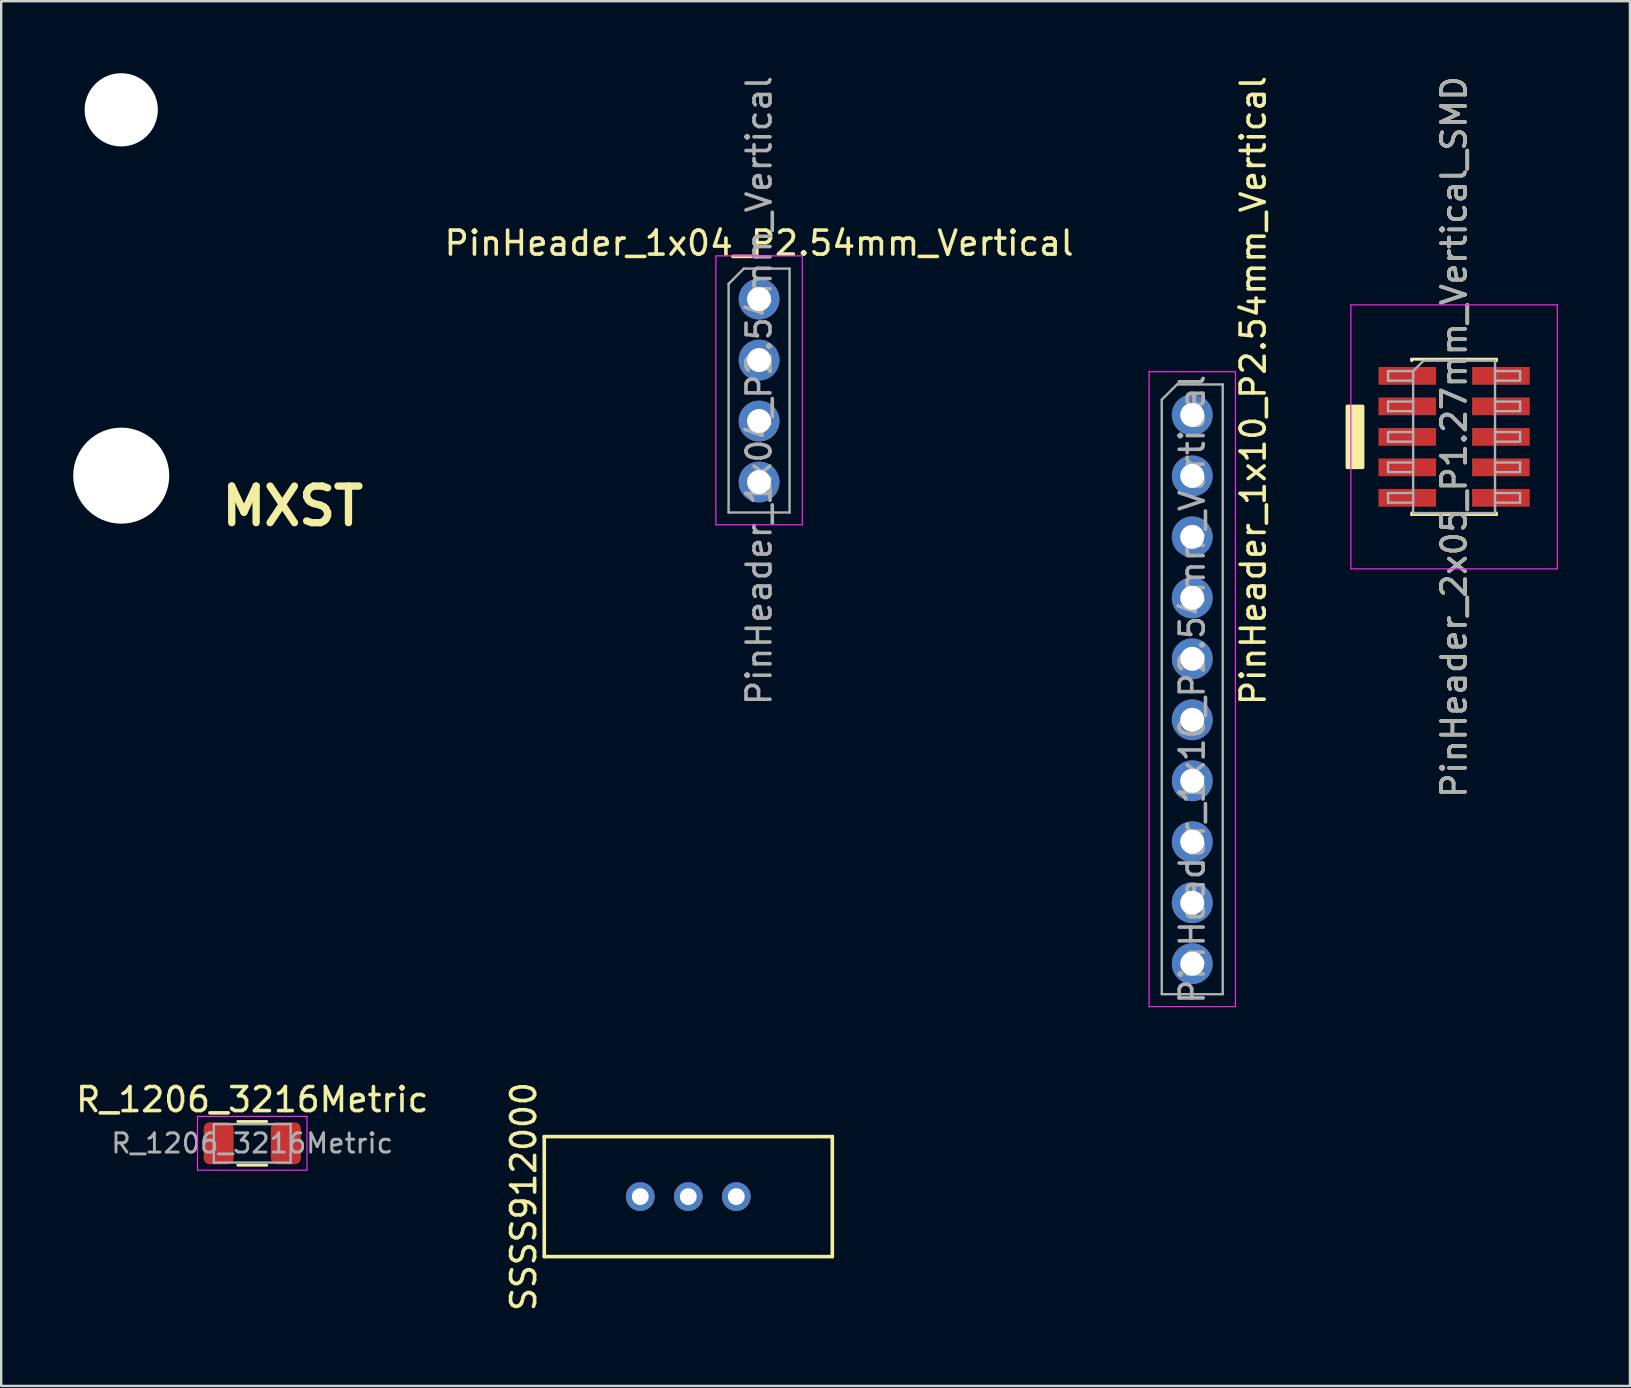
<source format=kicad_pcb>
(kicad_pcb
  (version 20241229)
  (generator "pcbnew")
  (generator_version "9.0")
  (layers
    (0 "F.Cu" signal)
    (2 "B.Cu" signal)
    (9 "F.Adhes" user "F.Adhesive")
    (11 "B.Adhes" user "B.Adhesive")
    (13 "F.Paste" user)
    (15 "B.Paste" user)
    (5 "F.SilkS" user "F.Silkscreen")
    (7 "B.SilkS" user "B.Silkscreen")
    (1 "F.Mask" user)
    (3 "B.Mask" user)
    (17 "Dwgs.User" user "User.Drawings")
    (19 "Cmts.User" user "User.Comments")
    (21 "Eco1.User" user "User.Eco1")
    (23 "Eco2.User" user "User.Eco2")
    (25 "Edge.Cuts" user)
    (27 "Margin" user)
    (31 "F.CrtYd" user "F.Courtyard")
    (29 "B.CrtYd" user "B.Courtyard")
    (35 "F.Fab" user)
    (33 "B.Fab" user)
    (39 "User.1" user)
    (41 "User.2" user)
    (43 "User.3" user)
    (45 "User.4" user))
  (footprint "PinHeader_2x05_P1.27mm_Vertical_SMD"
    (layer "F.Cu")
    (at 57.525 15.149)
    (property "Reference" "PinHeader_2x05_P1.27mm_Vertical_SMD" (at 0 0 90) (layer "F.SilkS") (effects (font (size 1 1) (thickness 0.15))))
    (attr smd)
    (fp_line (start -1.765 -3.235) (end -1.765 -3.17) (stroke (width 0.12) (type solid)) (layer "F.SilkS"))
    (fp_line (start -1.765 -3.235) (end 1.765 -3.235) (stroke (width 0.12) (type solid)) (layer "F.SilkS"))
    (fp_line (start -1.765 3.17) (end -1.765 3.235) (stroke (width 0.12) (type solid)) (layer "F.SilkS"))
    (fp_line (start -1.765 3.235) (end 1.765 3.235) (stroke (width 0.12) (type solid)) (layer "F.SilkS"))
    (fp_line (start 1.765 -3.235) (end 1.765 -3.17) (stroke (width 0.12) (type solid)) (layer "F.SilkS"))
    (fp_line (start 1.765 3.17) (end 1.765 3.235) (stroke (width 0.12) (type solid)) (layer "F.SilkS"))
    (fp_poly (pts (xy -3.81 -1.27) (xy -3.81 1.27) (xy -4.445 1.27) (xy -4.445 -1.27)) (stroke (width 0.15) (type solid)) (fill yes) (layer "F.SilkS"))
    (fp_line (start -4.3 -5.5) (end -4.3 5.5) (stroke (width 0.05) (type solid)) (layer "F.CrtYd"))
    (fp_line (start -4.3 5.5) (end 4.3 5.5) (stroke (width 0.05) (type solid)) (layer "F.CrtYd"))
    (fp_line (start 4.3 -5.5) (end -4.3 -5.5) (stroke (width 0.05) (type solid)) (layer "F.CrtYd"))
    (fp_line (start 4.3 5.5) (end 4.3 -5.5) (stroke (width 0.05) (type solid)) (layer "F.CrtYd"))
    (fp_line (start -2.75 -2.74) (end -2.75 -2.34) (stroke (width 0.1) (type solid)) (layer "F.Fab"))
    (fp_line (start -2.75 -2.34) (end -1.705 -2.34) (stroke (width 0.1) (type solid)) (layer "F.Fab"))
    (fp_line (start -2.75 -1.47) (end -2.75 -1.07) (stroke (width 0.1) (type solid)) (layer "F.Fab"))
    (fp_line (start -2.75 -1.07) (end -1.705 -1.07) (stroke (width 0.1) (type solid)) (layer "F.Fab"))
    (fp_line (start -2.75 -0.2) (end -2.75 0.2) (stroke (width 0.1) (type solid)) (layer "F.Fab"))
    (fp_line (start -2.75 0.2) (end -1.705 0.2) (stroke (width 0.1) (type solid)) (layer "F.Fab"))
    (fp_line (start -2.75 1.07) (end -2.75 1.47) (stroke (width 0.1) (type solid)) (layer "F.Fab"))
    (fp_line (start -2.75 1.47) (end -1.705 1.47) (stroke (width 0.1) (type solid)) (layer "F.Fab"))
    (fp_line (start -2.75 2.34) (end -2.75 2.74) (stroke (width 0.1) (type solid)) (layer "F.Fab"))
    (fp_line (start -2.75 2.74) (end -1.705 2.74) (stroke (width 0.1) (type solid)) (layer "F.Fab"))
    (fp_line (start -1.705 -2.74) (end -2.75 -2.74) (stroke (width 0.1) (type solid)) (layer "F.Fab"))
    (fp_line (start -1.705 -2.74) (end -1.27 -3.175) (stroke (width 0.1) (type solid)) (layer "F.Fab"))
    (fp_line (start -1.705 -1.47) (end -2.75 -1.47) (stroke (width 0.1) (type solid)) (layer "F.Fab"))
    (fp_line (start -1.705 -0.2) (end -2.75 -0.2) (stroke (width 0.1) (type solid)) (layer "F.Fab"))
    (fp_line (start -1.705 1.07) (end -2.75 1.07) (stroke (width 0.1) (type solid)) (layer "F.Fab"))
    (fp_line (start -1.705 2.34) (end -2.75 2.34) (stroke (width 0.1) (type solid)) (layer "F.Fab"))
    (fp_line (start -1.705 3.175) (end -1.705 -2.74) (stroke (width 0.1) (type solid)) (layer "F.Fab"))
    (fp_line (start -1.27 -3.175) (end 1.705 -3.175) (stroke (width 0.1) (type solid)) (layer "F.Fab"))
    (fp_line (start 1.705 -3.175) (end 1.705 3.175) (stroke (width 0.1) (type solid)) (layer "F.Fab"))
    (fp_line (start 1.705 -2.74) (end 2.75 -2.74) (stroke (width 0.1) (type solid)) (layer "F.Fab"))
    (fp_line (start 1.705 -1.47) (end 2.75 -1.47) (stroke (width 0.1) (type solid)) (layer "F.Fab"))
    (fp_line (start 1.705 -0.2) (end 2.75 -0.2) (stroke (width 0.1) (type solid)) (layer "F.Fab"))
    (fp_line (start 1.705 1.07) (end 2.75 1.07) (stroke (width 0.1) (type solid)) (layer "F.Fab"))
    (fp_line (start 1.705 2.34) (end 2.75 2.34) (stroke (width 0.1) (type solid)) (layer "F.Fab"))
    (fp_line (start 1.705 3.175) (end -1.705 3.175) (stroke (width 0.1) (type solid)) (layer "F.Fab"))
    (fp_line (start 2.75 -2.74) (end 2.75 -2.34) (stroke (width 0.1) (type solid)) (layer "F.Fab"))
    (fp_line (start 2.75 -2.34) (end 1.705 -2.34) (stroke (width 0.1) (type solid)) (layer "F.Fab"))
    (fp_line (start 2.75 -1.47) (end 2.75 -1.07) (stroke (width 0.1) (type solid)) (layer "F.Fab"))
    (fp_line (start 2.75 -1.07) (end 1.705 -1.07) (stroke (width 0.1) (type solid)) (layer "F.Fab"))
    (fp_line (start 2.75 -0.2) (end 2.75 0.2) (stroke (width 0.1) (type solid)) (layer "F.Fab"))
    (fp_line (start 2.75 0.2) (end 1.705 0.2) (stroke (width 0.1) (type solid)) (layer "F.Fab"))
    (fp_line (start 2.75 1.07) (end 2.75 1.47) (stroke (width 0.1) (type solid)) (layer "F.Fab"))
    (fp_line (start 2.75 1.47) (end 1.705 1.47) (stroke (width 0.1) (type solid)) (layer "F.Fab"))
    (fp_line (start 2.75 2.34) (end 2.75 2.74) (stroke (width 0.1) (type solid)) (layer "F.Fab"))
    (fp_line (start 2.75 2.74) (end 1.705 2.74) (stroke (width 0.1) (type solid)) (layer "F.Fab"))
    (fp_text user "${REFERENCE}" (at 0 0 90) (layer "F.Fab") (effects (font (size 1 1) (thickness 0.15))))
    (pad "1" smd rect (at -1.95 -2.54) (size 2.4 0.74) (layers "F.Cu" "F.Mask" "F.Paste"))
    (pad "2" smd rect (at 1.95 -2.54) (size 2.4 0.74) (layers "F.Cu" "F.Mask" "F.Paste"))
    (pad "3" smd rect (at -1.95 -1.27) (size 2.4 0.74) (layers "F.Cu" "F.Mask" "F.Paste"))
    (pad "4" smd rect (at 1.95 -1.27) (size 2.4 0.74) (layers "F.Cu" "F.Mask" "F.Paste"))
    (pad "5" smd rect (at -1.95 0) (size 2.4 0.74) (layers "F.Cu" "F.Mask" "F.Paste"))
    (pad "6" smd rect (at 1.95 0) (size 2.4 0.74) (layers "F.Cu" "F.Mask" "F.Paste"))
    (pad "7" smd rect (at -1.95 1.27) (size 2.4 0.74) (layers "F.Cu" "F.Mask" "F.Paste"))
    (pad "8" smd rect (at 1.95 1.27) (size 2.4 0.74) (layers "F.Cu" "F.Mask" "F.Paste"))
    (pad "9" smd rect (at -1.95 2.54) (size 2.4 0.74) (layers "F.Cu" "F.Mask" "F.Paste"))
    (pad "10" smd rect (at 1.95 2.54) (size 2.4 0.74) (layers "F.Cu" "F.Mask" "F.Paste")))
  (footprint "PinHeader_1x10_P2.54mm_Vertical"
    (layer "F.Cu")
    (at 46.617 14.236)
    (property "Reference" "PinHeader_1x10_P2.54mm_Vertical" (at 2.54 -1.016 90) (layer "F.SilkS") (effects (font (size 1 1) (thickness 0.15))))
    (attr through_hole)
    (fp_line (start -1.8 -1.8) (end -1.8 24.65) (stroke (width 0.05) (type solid)) (layer "F.CrtYd"))
    (fp_line (start -1.8 24.65) (end 1.8 24.65) (stroke (width 0.05) (type solid)) (layer "F.CrtYd"))
    (fp_line (start 1.8 -1.8) (end -1.8 -1.8) (stroke (width 0.05) (type solid)) (layer "F.CrtYd"))
    (fp_line (start 1.8 24.65) (end 1.8 -1.8) (stroke (width 0.05) (type solid)) (layer "F.CrtYd"))
    (fp_line (start -1.27 -0.635) (end -0.635 -1.27) (stroke (width 0.1) (type solid)) (layer "F.Fab"))
    (fp_line (start -1.27 24.13) (end -1.27 -0.635) (stroke (width 0.1) (type solid)) (layer "F.Fab"))
    (fp_line (start -0.635 -1.27) (end 1.27 -1.27) (stroke (width 0.1) (type solid)) (layer "F.Fab"))
    (fp_line (start 1.27 -1.27) (end 1.27 24.13) (stroke (width 0.1) (type solid)) (layer "F.Fab"))
    (fp_line (start 1.27 24.13) (end -1.27 24.13) (stroke (width 0.1) (type solid)) (layer "F.Fab"))
    (fp_text user "${REFERENCE}" (at 0 11.43 90) (layer "F.Fab") (effects (font (size 1 1) (thickness 0.15))))
    (pad "1" thru_hole circle (at 0 0) (size 1.7 1.7) (drill 1) (layers "*.Cu" "*.Mask"))
    (pad "2" thru_hole oval (at 0 2.54) (size 1.7 1.7) (drill 1) (layers "*.Cu" "*.Mask"))
    (pad "3" thru_hole oval (at 0 5.08) (size 1.7 1.7) (drill 1) (layers "*.Cu" "*.Mask"))
    (pad "4" thru_hole oval (at 0 7.62) (size 1.7 1.7) (drill 1) (layers "*.Cu" "*.Mask"))
    (pad "5" thru_hole oval (at 0 10.16) (size 1.7 1.7) (drill 1) (layers "*.Cu" "*.Mask"))
    (pad "6" thru_hole oval (at 0 12.7) (size 1.7 1.7) (drill 1) (layers "*.Cu" "*.Mask"))
    (pad "7" thru_hole oval (at 0 15.24) (size 1.7 1.7) (drill 1) (layers "*.Cu" "*.Mask"))
    (pad "8" thru_hole oval (at 0 17.78) (size 1.7 1.7) (drill 1) (layers "*.Cu" "*.Mask"))
    (pad "9" thru_hole oval (at 0 20.32) (size 1.7 1.7) (drill 1) (layers "*.Cu" "*.Mask"))
    (pad "10" thru_hole oval (at 0 22.86) (size 1.7 1.7) (drill 1) (layers "*.Cu" "*.Mask")))
  (footprint "R_1206_3216Metric"
    (layer "F.Cu")
    (at 7.458 44.579)
    (property "Reference" "R_1206_3216Metric" (at 0 -1.82 0) (layer "F.SilkS") (effects (font (size 1 1) (thickness 0.15))))
    (attr smd)
    (fp_line (start -0.602 -0.91) (end 0.602 -0.91) (stroke (width 0.12) (type solid)) (layer "F.SilkS"))
    (fp_line (start -0.602 0.91) (end 0.602 0.91) (stroke (width 0.12) (type solid)) (layer "F.SilkS"))
    (fp_line (start -2.28 -1.12) (end 2.28 -1.12) (stroke (width 0.05) (type solid)) (layer "F.CrtYd"))
    (fp_line (start -2.28 1.12) (end -2.28 -1.12) (stroke (width 0.05) (type solid)) (layer "F.CrtYd"))
    (fp_line (start 2.28 -1.12) (end 2.28 1.12) (stroke (width 0.05) (type solid)) (layer "F.CrtYd"))
    (fp_line (start 2.28 1.12) (end -2.28 1.12) (stroke (width 0.05) (type solid)) (layer "F.CrtYd"))
    (fp_line (start -1.6 -0.8) (end 1.6 -0.8) (stroke (width 0.1) (type solid)) (layer "F.Fab"))
    (fp_line (start -1.6 0.8) (end -1.6 -0.8) (stroke (width 0.1) (type solid)) (layer "F.Fab"))
    (fp_line (start 1.6 -0.8) (end 1.6 0.8) (stroke (width 0.1) (type solid)) (layer "F.Fab"))
    (fp_line (start 1.6 0.8) (end -1.6 0.8) (stroke (width 0.1) (type solid)) (layer "F.Fab"))
    (fp_text user "${REFERENCE}" (at 0 0 0) (layer "F.Fab") (effects (font (size 0.8 0.8) (thickness 0.12))))
    (pad "1" smd roundrect (at -1.4 0) (size 1.25 1.75) (layers "F.Cu" "F.Mask" "F.Paste") (roundrect_rratio 0.2))
    (pad "2" smd roundrect (at 1.4 0) (size 1.25 1.75) (layers "F.Cu" "F.Mask" "F.Paste") (roundrect_rratio 0.2)))
  (footprint "MXST"
    (layer "F.Cu")
    (at 2 8.51)
    (property "Reference" "MXST" (at 7.144 9.524 0) (layer "F.SilkS") (effects (font (size 1.524 1.524) (thickness 0.305))))
    (attr through_hole)
    (pad "" np_thru_hole circle (at 0 -6.985) (size 3.05 3.05) (drill 3.05) (layers "*.Cu" "*.Mask"))
    (pad "" np_thru_hole circle (at 0 8.255) (size 4 4) (drill 4) (layers "*.Cu" "*.Mask")))
  (footprint "SSSS912000"
    (layer "F.Cu")
    (at 25.623 46.798)
    (property "Reference" "SSSS912000" (at -6.858 0 270) (layer "F.SilkS") (effects (font (size 1 1) (thickness 0.15))))
    (attr through_hole)
    (fp_line (start -6 -2.5) (end 6 -2.5) (stroke (width 0.15) (type solid)) (layer "F.SilkS"))
    (fp_line (start -6 2.5) (end -6 -2.5) (stroke (width 0.15) (type solid)) (layer "F.SilkS"))
    (fp_line (start 6 -2.5) (end 6 2.5) (stroke (width 0.15) (type solid)) (layer "F.SilkS"))
    (fp_line (start 6 2.5) (end -6 2.5) (stroke (width 0.15) (type solid)) (layer "F.SilkS"))
    (pad "1" thru_hole circle (at -2 0) (size 1.2 1.2) (drill 0.7) (layers "*.Cu" "*.Mask"))
    (pad "2" thru_hole circle (at 0 0) (size 1.2 1.2) (drill 0.7) (layers "*.Cu" "*.Mask"))
    (pad "3" thru_hole circle (at 2 0) (size 1.2 1.2) (drill 0.7) (layers "*.Cu" "*.Mask")))
  (footprint "PinHeader_1x04_P2.54mm_Vertical"
    (layer "F.Cu")
    (at 28.572 9.41)
    (property "Reference" "PinHeader_1x04_P2.54mm_Vertical" (at 0 -2.33 0) (layer "F.SilkS") (effects (font (size 1 1) (thickness 0.15))))
    (attr through_hole)
    (fp_line (start -1.8 -1.8) (end -1.8 9.4) (stroke (width 0.05) (type solid)) (layer "F.CrtYd"))
    (fp_line (start -1.8 9.4) (end 1.8 9.4) (stroke (width 0.05) (type solid)) (layer "F.CrtYd"))
    (fp_line (start 1.8 -1.8) (end -1.8 -1.8) (stroke (width 0.05) (type solid)) (layer "F.CrtYd"))
    (fp_line (start 1.8 9.4) (end 1.8 -1.8) (stroke (width 0.05) (type solid)) (layer "F.CrtYd"))
    (fp_line (start -1.27 -0.635) (end -0.635 -1.27) (stroke (width 0.1) (type solid)) (layer "F.Fab"))
    (fp_line (start -1.27 8.89) (end -1.27 -0.635) (stroke (width 0.1) (type solid)) (layer "F.Fab"))
    (fp_line (start -0.635 -1.27) (end 1.27 -1.27) (stroke (width 0.1) (type solid)) (layer "F.Fab"))
    (fp_line (start 1.27 -1.27) (end 1.27 8.89) (stroke (width 0.1) (type solid)) (layer "F.Fab"))
    (fp_line (start 1.27 8.89) (end -1.27 8.89) (stroke (width 0.1) (type solid)) (layer "F.Fab"))
    (fp_text user "${REFERENCE}" (at 0 3.81 90) (layer "F.Fab") (effects (font (size 1 1) (thickness 0.15))))
    (pad "1" thru_hole circle (at 0 0) (size 1.7 1.7) (drill 1) (layers "*.Cu" "*.Mask"))
    (pad "2" thru_hole oval (at 0 2.54) (size 1.7 1.7) (drill 1) (layers "*.Cu" "*.Mask"))
    (pad "3" thru_hole oval (at 0 5.08) (size 1.7 1.7) (drill 1) (layers "*.Cu" "*.Mask"))
    (pad "4" thru_hole circle (at 0 7.62) (size 1.7 1.7) (drill 1) (layers "*.Cu" "*.Mask")))
  (gr_rect
    (start -3 -3)
    (end 64.85 54.685)
    (stroke (width 0.1) (type default))
    (fill no)
    (layer "Edge.Cuts")))
</source>
